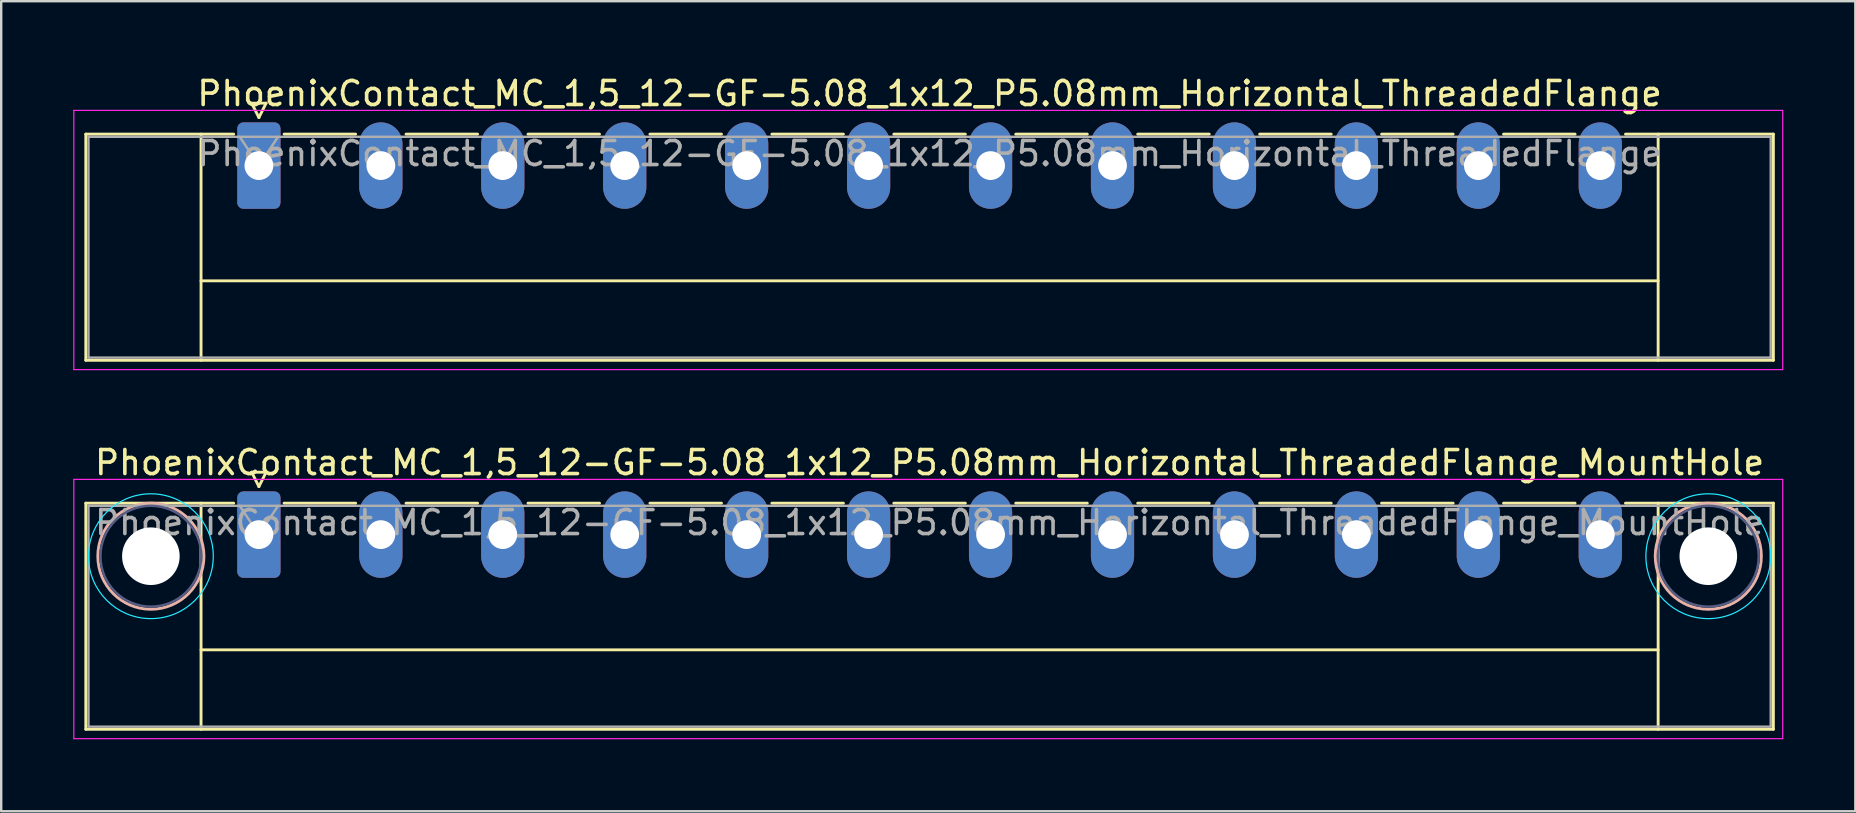
<source format=kicad_pcb>
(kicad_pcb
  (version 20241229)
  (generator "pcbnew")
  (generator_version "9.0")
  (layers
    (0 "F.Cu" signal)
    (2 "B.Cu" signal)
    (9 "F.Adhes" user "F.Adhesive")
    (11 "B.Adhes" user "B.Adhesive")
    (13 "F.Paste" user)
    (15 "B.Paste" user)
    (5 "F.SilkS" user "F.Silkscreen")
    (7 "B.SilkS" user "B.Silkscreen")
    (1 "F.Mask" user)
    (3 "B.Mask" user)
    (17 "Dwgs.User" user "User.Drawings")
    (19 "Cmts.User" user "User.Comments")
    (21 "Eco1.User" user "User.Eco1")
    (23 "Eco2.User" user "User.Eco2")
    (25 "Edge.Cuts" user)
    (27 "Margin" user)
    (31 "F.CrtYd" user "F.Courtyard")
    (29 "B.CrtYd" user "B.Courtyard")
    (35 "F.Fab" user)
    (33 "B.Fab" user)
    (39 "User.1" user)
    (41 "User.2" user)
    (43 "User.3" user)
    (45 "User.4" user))
  (footprint "PhoenixContact_MC_1,5_12-GF-5.08_1x12_P5.08mm_Horizontal_ThreadedFlange_MountHole"
    (layer "F.Cu")
    (at 7.735 19.221)
    (property "Reference" "PhoenixContact_MC_1,5_12-GF-5.08_1x12_P5.08mm_Horizontal_ThreadedFlange_MountHole" (at 27.94 -3 0) (layer "F.SilkS") (effects (font (size 1 1) (thickness 0.15))))
    (attr through_hole)
    (fp_line (start -7.21 -1.31) (end -7.21 8.11) (stroke (width 0.12) (type solid)) (layer "F.SilkS"))
    (fp_line (start -7.21 -1.31) (end -1.05 -1.31) (stroke (width 0.12) (type solid)) (layer "F.SilkS"))
    (fp_line (start -7.21 8.11) (end 63.09 8.11) (stroke (width 0.12) (type solid)) (layer "F.SilkS"))
    (fp_line (start -2.41 -1.31) (end -2.41 8.11) (stroke (width 0.12) (type solid)) (layer "F.SilkS"))
    (fp_line (start -2.41 4.8) (end 58.29 4.8) (stroke (width 0.12) (type solid)) (layer "F.SilkS"))
    (fp_line (start -0.3 -2.6) (end 0.3 -2.6) (stroke (width 0.12) (type solid)) (layer "F.SilkS"))
    (fp_line (start 0 -2) (end -0.3 -2.6) (stroke (width 0.12) (type solid)) (layer "F.SilkS"))
    (fp_line (start 0.3 -2.6) (end 0 -2) (stroke (width 0.12) (type solid)) (layer "F.SilkS"))
    (fp_line (start 1.05 -1.31) (end 4.03 -1.31) (stroke (width 0.12) (type solid)) (layer "F.SilkS"))
    (fp_line (start 6.13 -1.31) (end 9.11 -1.31) (stroke (width 0.12) (type solid)) (layer "F.SilkS"))
    (fp_line (start 11.21 -1.31) (end 14.19 -1.31) (stroke (width 0.12) (type solid)) (layer "F.SilkS"))
    (fp_line (start 16.29 -1.31) (end 19.27 -1.31) (stroke (width 0.12) (type solid)) (layer "F.SilkS"))
    (fp_line (start 21.37 -1.31) (end 24.35 -1.31) (stroke (width 0.12) (type solid)) (layer "F.SilkS"))
    (fp_line (start 26.45 -1.31) (end 29.43 -1.31) (stroke (width 0.12) (type solid)) (layer "F.SilkS"))
    (fp_line (start 31.53 -1.31) (end 34.51 -1.31) (stroke (width 0.12) (type solid)) (layer "F.SilkS"))
    (fp_line (start 36.61 -1.31) (end 39.59 -1.31) (stroke (width 0.12) (type solid)) (layer "F.SilkS"))
    (fp_line (start 41.69 -1.31) (end 44.67 -1.31) (stroke (width 0.12) (type solid)) (layer "F.SilkS"))
    (fp_line (start 46.77 -1.31) (end 49.75 -1.31) (stroke (width 0.12) (type solid)) (layer "F.SilkS"))
    (fp_line (start 51.85 -1.31) (end 54.83 -1.31) (stroke (width 0.12) (type solid)) (layer "F.SilkS"))
    (fp_line (start 58.29 -1.31) (end 58.29 8.11) (stroke (width 0.12) (type solid)) (layer "F.SilkS"))
    (fp_line (start 63.09 -1.31) (end 56.93 -1.31) (stroke (width 0.12) (type solid)) (layer "F.SilkS"))
    (fp_line (start 63.09 8.11) (end 63.09 -1.31) (stroke (width 0.12) (type solid)) (layer "F.SilkS"))
    (fp_circle (center -4.5 0.9) (end -2.29 0.9) (stroke (width 0.12) (type solid)) (fill no) (layer "B.SilkS"))
    (fp_circle (center 60.38 0.9) (end 62.59 0.9) (stroke (width 0.12) (type solid)) (fill no) (layer "B.SilkS"))
    (fp_circle (center -4.5 0.9) (end -1.9 0.9) (stroke (width 0.05) (type solid)) (fill no) (layer "B.CrtYd"))
    (fp_circle (center 60.38 0.9) (end 62.98 0.9) (stroke (width 0.05) (type solid)) (fill no) (layer "B.CrtYd"))
    (fp_line (start -7.71 -2.3) (end -7.71 8.5) (stroke (width 0.05) (type solid)) (layer "F.CrtYd"))
    (fp_line (start -7.71 8.5) (end 63.48 8.5) (stroke (width 0.05) (type solid)) (layer "F.CrtYd"))
    (fp_line (start 63.48 -2.3) (end -7.71 -2.3) (stroke (width 0.05) (type solid)) (layer "F.CrtYd"))
    (fp_line (start 63.48 8.5) (end 63.48 -2.3) (stroke (width 0.05) (type solid)) (layer "F.CrtYd"))
    (fp_circle (center -4.5 0.9) (end -2.4 0.9) (stroke (width 0.1) (type solid)) (fill no) (layer "B.Fab"))
    (fp_circle (center 60.38 0.9) (end 62.48 0.9) (stroke (width 0.1) (type solid)) (fill no) (layer "B.Fab"))
    (fp_line (start -7.1 -1.2) (end -7.1 8) (stroke (width 0.1) (type solid)) (layer "F.Fab"))
    (fp_line (start -7.1 8) (end 62.98 8) (stroke (width 0.1) (type solid)) (layer "F.Fab"))
    (fp_line (start 0 0) (end -0.8 -1.2) (stroke (width 0.1) (type solid)) (layer "F.Fab"))
    (fp_line (start 0.8 -1.2) (end 0 0) (stroke (width 0.1) (type solid)) (layer "F.Fab"))
    (fp_line (start 62.98 -1.2) (end -7.1 -1.2) (stroke (width 0.1) (type solid)) (layer "F.Fab"))
    (fp_line (start 62.98 8) (end 62.98 -1.2) (stroke (width 0.1) (type solid)) (layer "F.Fab"))
    (fp_text user "${REFERENCE}" (at 27.94 -0.5 0) (layer "F.Fab") (effects (font (size 1 1) (thickness 0.15))))
    (pad "" np_thru_hole circle (at -4.5 0.9) (size 2.4 2.4) (drill 2.4) (layers "*.Cu" "*.Mask"))
    (pad "" np_thru_hole circle (at 60.38 0.9) (size 2.4 2.4) (drill 2.4) (layers "*.Cu" "*.Mask"))
    (pad "1" thru_hole roundrect (at 0 0) (size 1.8 3.6) (drill 1.2) (layers "*.Cu" "*.Mask") (roundrect_rratio 0.139))
    (pad "2" thru_hole oval (at 5.08 0) (size 1.8 3.6) (drill 1.2) (layers "*.Cu" "*.Mask"))
    (pad "3" thru_hole oval (at 10.16 0) (size 1.8 3.6) (drill 1.2) (layers "*.Cu" "*.Mask"))
    (pad "4" thru_hole oval (at 15.24 0) (size 1.8 3.6) (drill 1.2) (layers "*.Cu" "*.Mask"))
    (pad "5" thru_hole oval (at 20.32 0) (size 1.8 3.6) (drill 1.2) (layers "*.Cu" "*.Mask"))
    (pad "6" thru_hole oval (at 25.4 0) (size 1.8 3.6) (drill 1.2) (layers "*.Cu" "*.Mask"))
    (pad "7" thru_hole oval (at 30.48 0) (size 1.8 3.6) (drill 1.2) (layers "*.Cu" "*.Mask"))
    (pad "8" thru_hole oval (at 35.56 0) (size 1.8 3.6) (drill 1.2) (layers "*.Cu" "*.Mask"))
    (pad "9" thru_hole oval (at 40.64 0) (size 1.8 3.6) (drill 1.2) (layers "*.Cu" "*.Mask"))
    (pad "10" thru_hole oval (at 45.72 0) (size 1.8 3.6) (drill 1.2) (layers "*.Cu" "*.Mask"))
    (pad "11" thru_hole oval (at 50.8 0) (size 1.8 3.6) (drill 1.2) (layers "*.Cu" "*.Mask"))
    (pad "12" thru_hole oval (at 55.88 0) (size 1.8 3.6) (drill 1.2) (layers "*.Cu" "*.Mask")))
  (footprint "PhoenixContact_MC_1,5_12-GF-5.08_1x12_P5.08mm_Horizontal_ThreadedFlange"
    (layer "F.Cu")
    (at 7.735 3.848)
    (property "Reference" "PhoenixContact_MC_1,5_12-GF-5.08_1x12_P5.08mm_Horizontal_ThreadedFlange" (at 27.94 -3 0) (layer "F.SilkS") (effects (font (size 1 1) (thickness 0.15))))
    (attr through_hole)
    (fp_line (start -7.21 -1.31) (end -7.21 8.11) (stroke (width 0.12) (type solid)) (layer "F.SilkS"))
    (fp_line (start -7.21 -1.31) (end -1.05 -1.31) (stroke (width 0.12) (type solid)) (layer "F.SilkS"))
    (fp_line (start -7.21 8.11) (end 63.09 8.11) (stroke (width 0.12) (type solid)) (layer "F.SilkS"))
    (fp_line (start -2.41 -1.31) (end -2.41 8.11) (stroke (width 0.12) (type solid)) (layer "F.SilkS"))
    (fp_line (start -2.41 4.8) (end 58.29 4.8) (stroke (width 0.12) (type solid)) (layer "F.SilkS"))
    (fp_line (start -0.3 -2.6) (end 0.3 -2.6) (stroke (width 0.12) (type solid)) (layer "F.SilkS"))
    (fp_line (start 0 -2) (end -0.3 -2.6) (stroke (width 0.12) (type solid)) (layer "F.SilkS"))
    (fp_line (start 0.3 -2.6) (end 0 -2) (stroke (width 0.12) (type solid)) (layer "F.SilkS"))
    (fp_line (start 1.05 -1.31) (end 4.03 -1.31) (stroke (width 0.12) (type solid)) (layer "F.SilkS"))
    (fp_line (start 6.13 -1.31) (end 9.11 -1.31) (stroke (width 0.12) (type solid)) (layer "F.SilkS"))
    (fp_line (start 11.21 -1.31) (end 14.19 -1.31) (stroke (width 0.12) (type solid)) (layer "F.SilkS"))
    (fp_line (start 16.29 -1.31) (end 19.27 -1.31) (stroke (width 0.12) (type solid)) (layer "F.SilkS"))
    (fp_line (start 21.37 -1.31) (end 24.35 -1.31) (stroke (width 0.12) (type solid)) (layer "F.SilkS"))
    (fp_line (start 26.45 -1.31) (end 29.43 -1.31) (stroke (width 0.12) (type solid)) (layer "F.SilkS"))
    (fp_line (start 31.53 -1.31) (end 34.51 -1.31) (stroke (width 0.12) (type solid)) (layer "F.SilkS"))
    (fp_line (start 36.61 -1.31) (end 39.59 -1.31) (stroke (width 0.12) (type solid)) (layer "F.SilkS"))
    (fp_line (start 41.69 -1.31) (end 44.67 -1.31) (stroke (width 0.12) (type solid)) (layer "F.SilkS"))
    (fp_line (start 46.77 -1.31) (end 49.75 -1.31) (stroke (width 0.12) (type solid)) (layer "F.SilkS"))
    (fp_line (start 51.85 -1.31) (end 54.83 -1.31) (stroke (width 0.12) (type solid)) (layer "F.SilkS"))
    (fp_line (start 58.29 -1.31) (end 58.29 8.11) (stroke (width 0.12) (type solid)) (layer "F.SilkS"))
    (fp_line (start 63.09 -1.31) (end 56.93 -1.31) (stroke (width 0.12) (type solid)) (layer "F.SilkS"))
    (fp_line (start 63.09 8.11) (end 63.09 -1.31) (stroke (width 0.12) (type solid)) (layer "F.SilkS"))
    (fp_line (start -7.71 -2.3) (end -7.71 8.5) (stroke (width 0.05) (type solid)) (layer "F.CrtYd"))
    (fp_line (start -7.71 8.5) (end 63.48 8.5) (stroke (width 0.05) (type solid)) (layer "F.CrtYd"))
    (fp_line (start 63.48 -2.3) (end -7.71 -2.3) (stroke (width 0.05) (type solid)) (layer "F.CrtYd"))
    (fp_line (start 63.48 8.5) (end 63.48 -2.3) (stroke (width 0.05) (type solid)) (layer "F.CrtYd"))
    (fp_line (start -7.1 -1.2) (end -7.1 8) (stroke (width 0.1) (type solid)) (layer "F.Fab"))
    (fp_line (start -7.1 8) (end 62.98 8) (stroke (width 0.1) (type solid)) (layer "F.Fab"))
    (fp_line (start 0 0) (end -0.8 -1.2) (stroke (width 0.1) (type solid)) (layer "F.Fab"))
    (fp_line (start 0.8 -1.2) (end 0 0) (stroke (width 0.1) (type solid)) (layer "F.Fab"))
    (fp_line (start 62.98 -1.2) (end -7.1 -1.2) (stroke (width 0.1) (type solid)) (layer "F.Fab"))
    (fp_line (start 62.98 8) (end 62.98 -1.2) (stroke (width 0.1) (type solid)) (layer "F.Fab"))
    (fp_text user "${REFERENCE}" (at 27.94 -0.5 0) (layer "F.Fab") (effects (font (size 1 1) (thickness 0.15))))
    (pad "1" thru_hole roundrect (at 0 0) (size 1.8 3.6) (drill 1.2) (layers "*.Cu" "*.Mask") (roundrect_rratio 0.139))
    (pad "2" thru_hole oval (at 5.08 0) (size 1.8 3.6) (drill 1.2) (layers "*.Cu" "*.Mask"))
    (pad "3" thru_hole oval (at 10.16 0) (size 1.8 3.6) (drill 1.2) (layers "*.Cu" "*.Mask"))
    (pad "4" thru_hole oval (at 15.24 0) (size 1.8 3.6) (drill 1.2) (layers "*.Cu" "*.Mask"))
    (pad "5" thru_hole oval (at 20.32 0) (size 1.8 3.6) (drill 1.2) (layers "*.Cu" "*.Mask"))
    (pad "6" thru_hole oval (at 25.4 0) (size 1.8 3.6) (drill 1.2) (layers "*.Cu" "*.Mask"))
    (pad "7" thru_hole oval (at 30.48 0) (size 1.8 3.6) (drill 1.2) (layers "*.Cu" "*.Mask"))
    (pad "8" thru_hole oval (at 35.56 0) (size 1.8 3.6) (drill 1.2) (layers "*.Cu" "*.Mask"))
    (pad "9" thru_hole oval (at 40.64 0) (size 1.8 3.6) (drill 1.2) (layers "*.Cu" "*.Mask"))
    (pad "10" thru_hole oval (at 45.72 0) (size 1.8 3.6) (drill 1.2) (layers "*.Cu" "*.Mask"))
    (pad "11" thru_hole oval (at 50.8 0) (size 1.8 3.6) (drill 1.2) (layers "*.Cu" "*.Mask"))
    (pad "12" thru_hole oval (at 55.88 0) (size 1.8 3.6) (drill 1.2) (layers "*.Cu" "*.Mask")))
  (gr_rect
    (start -3 -3)
    (end 74.24 30.747)
    (stroke (width 0.1) (type default))
    (fill no)
    (layer "Edge.Cuts")))
</source>
